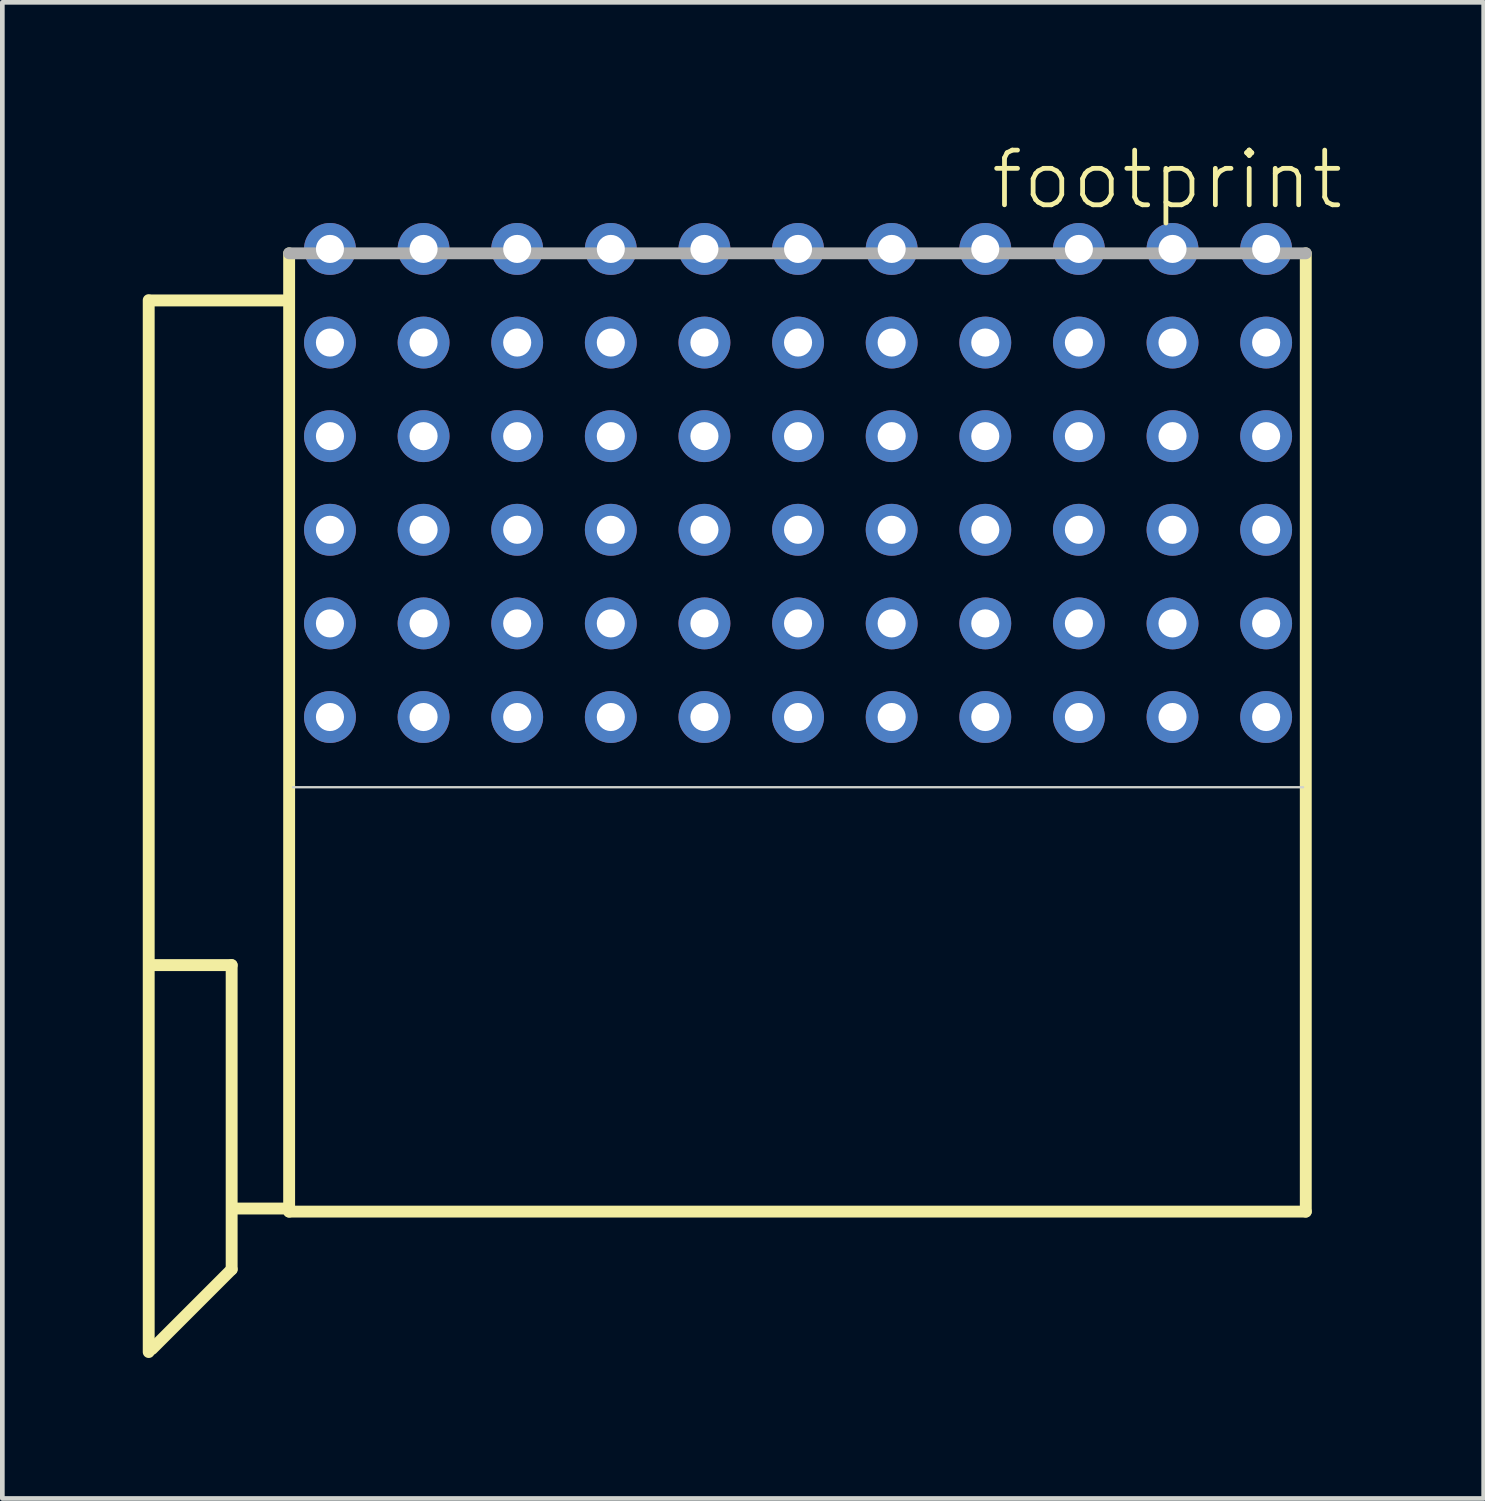
<source format=kicad_pcb>
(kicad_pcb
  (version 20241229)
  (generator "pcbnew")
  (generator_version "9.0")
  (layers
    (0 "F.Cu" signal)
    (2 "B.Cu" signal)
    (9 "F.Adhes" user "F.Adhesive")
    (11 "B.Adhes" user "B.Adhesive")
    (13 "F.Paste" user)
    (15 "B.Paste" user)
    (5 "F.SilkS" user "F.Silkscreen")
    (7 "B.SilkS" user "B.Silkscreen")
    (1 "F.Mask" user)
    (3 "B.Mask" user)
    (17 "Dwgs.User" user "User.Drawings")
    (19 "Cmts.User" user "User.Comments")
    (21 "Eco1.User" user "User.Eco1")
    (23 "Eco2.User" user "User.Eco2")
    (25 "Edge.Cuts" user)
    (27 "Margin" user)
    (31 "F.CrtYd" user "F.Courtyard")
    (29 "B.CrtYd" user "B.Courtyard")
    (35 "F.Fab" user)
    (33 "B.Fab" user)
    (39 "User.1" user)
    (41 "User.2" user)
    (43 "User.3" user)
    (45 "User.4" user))
  (footprint "footprint"
    (layer "F.Cu")
    (at 13.999 13.538)
    (property "Reference" "footprint" (at 4.065 -12.065 0) (layer "F.SilkS") (effects (font (size 1.168 1.168) (thickness 0.102)) (justify left bottom)))
    (fp_line (start -13.872 -10.176) (end -13.872 12.296) (stroke (width 0.254) (type solid)) (layer "F.SilkS"))
    (fp_line (start -13.8 -10.17) (end -11 -10.17) (stroke (width 0.254) (type solid)) (layer "F.SilkS"))
    (fp_line (start -13.8 12.23) (end -12.1 10.53) (stroke (width 0.254) (type solid)) (layer "F.SilkS"))
    (fp_line (start -12.1 4.03) (end -13.8 4.03) (stroke (width 0.254) (type solid)) (layer "F.SilkS"))
    (fp_line (start -12.1 10.53) (end -12.1 4.03) (stroke (width 0.254) (type solid)) (layer "F.SilkS"))
    (fp_line (start -10.9 9.23) (end -12 9.23) (stroke (width 0.254) (type solid)) (layer "F.SilkS"))
    (fp_line (start -10.872 -11.176) (end -10.872 9.296) (stroke (width 0.254) (type solid)) (layer "F.SilkS"))
    (fp_line (start -10.872 9.296) (end 10.847 9.296) (stroke (width 0.254) (type solid)) (layer "F.SilkS"))
    (fp_line (start 10.847 9.296) (end 10.847 -11.176) (stroke (width 0.254) (type solid)) (layer "F.SilkS"))
    (fp_line (start -10.789 0.23) (end 10.789 0.23) (stroke (width 0.051) (type solid)) (layer "Edge.Cuts"))
    (fp_line (start 10.847 -11.176) (end -10.872 -11.176) (stroke (width 0.254) (type solid)) (layer "F.Fab"))
    (pad "A1" thru_hole circle (at 10 -1.27) (size 1.108 1.108) (drill 0.6) (layers "*.Cu" "*.Mask"))
    (pad "A2" thru_hole circle (at 8 -1.27) (size 1.108 1.108) (drill 0.6) (layers "*.Cu" "*.Mask"))
    (pad "A3" thru_hole circle (at 6 -1.27) (size 1.108 1.108) (drill 0.6) (layers "*.Cu" "*.Mask"))
    (pad "A4" thru_hole circle (at 4 -1.27) (size 1.108 1.108) (drill 0.6) (layers "*.Cu" "*.Mask"))
    (pad "A5" thru_hole circle (at 2 -1.27) (size 1.108 1.108) (drill 0.6) (layers "*.Cu" "*.Mask"))
    (pad "A6" thru_hole circle (at 0 -1.27) (size 1.108 1.108) (drill 0.6) (layers "*.Cu" "*.Mask"))
    (pad "A7" thru_hole circle (at -2 -1.27) (size 1.108 1.108) (drill 0.6) (layers "*.Cu" "*.Mask"))
    (pad "A8" thru_hole circle (at -4 -1.27) (size 1.108 1.108) (drill 0.6) (layers "*.Cu" "*.Mask"))
    (pad "A9" thru_hole circle (at -6 -1.27) (size 1.108 1.108) (drill 0.6) (layers "*.Cu" "*.Mask"))
    (pad "A10" thru_hole circle (at -8 -1.27) (size 1.108 1.108) (drill 0.6) (layers "*.Cu" "*.Mask"))
    (pad "A11" thru_hole circle (at -10 -1.27) (size 1.108 1.108) (drill 0.6) (layers "*.Cu" "*.Mask"))
    (pad "B1" thru_hole circle (at 10 -3.27) (size 1.108 1.108) (drill 0.6) (layers "*.Cu" "*.Mask"))
    (pad "B2" thru_hole circle (at 8 -3.27) (size 1.108 1.108) (drill 0.6) (layers "*.Cu" "*.Mask"))
    (pad "B3" thru_hole circle (at 6 -3.27) (size 1.108 1.108) (drill 0.6) (layers "*.Cu" "*.Mask"))
    (pad "B4" thru_hole circle (at 4 -3.27) (size 1.108 1.108) (drill 0.6) (layers "*.Cu" "*.Mask"))
    (pad "B5" thru_hole circle (at 2 -3.27) (size 1.108 1.108) (drill 0.6) (layers "*.Cu" "*.Mask"))
    (pad "B6" thru_hole circle (at 0 -3.27) (size 1.108 1.108) (drill 0.6) (layers "*.Cu" "*.Mask"))
    (pad "B7" thru_hole circle (at -2 -3.27) (size 1.108 1.108) (drill 0.6) (layers "*.Cu" "*.Mask"))
    (pad "B8" thru_hole circle (at -4 -3.27) (size 1.108 1.108) (drill 0.6) (layers "*.Cu" "*.Mask"))
    (pad "B9" thru_hole circle (at -6 -3.27) (size 1.108 1.108) (drill 0.6) (layers "*.Cu" "*.Mask"))
    (pad "B10" thru_hole circle (at -8 -3.27) (size 1.108 1.108) (drill 0.6) (layers "*.Cu" "*.Mask"))
    (pad "B11" thru_hole circle (at -10 -3.27) (size 1.108 1.108) (drill 0.6) (layers "*.Cu" "*.Mask"))
    (pad "C1" thru_hole circle (at 10 -5.27) (size 1.108 1.108) (drill 0.6) (layers "*.Cu" "*.Mask"))
    (pad "C2" thru_hole circle (at 8 -5.27) (size 1.108 1.108) (drill 0.6) (layers "*.Cu" "*.Mask"))
    (pad "C3" thru_hole circle (at 6 -5.27) (size 1.108 1.108) (drill 0.6) (layers "*.Cu" "*.Mask"))
    (pad "C4" thru_hole circle (at 4 -5.27) (size 1.108 1.108) (drill 0.6) (layers "*.Cu" "*.Mask"))
    (pad "C5" thru_hole circle (at 2 -5.27) (size 1.108 1.108) (drill 0.6) (layers "*.Cu" "*.Mask"))
    (pad "C6" thru_hole circle (at 0 -5.27) (size 1.108 1.108) (drill 0.6) (layers "*.Cu" "*.Mask"))
    (pad "C7" thru_hole circle (at -2 -5.27) (size 1.108 1.108) (drill 0.6) (layers "*.Cu" "*.Mask"))
    (pad "C8" thru_hole circle (at -4 -5.27) (size 1.108 1.108) (drill 0.6) (layers "*.Cu" "*.Mask"))
    (pad "C9" thru_hole circle (at -6 -5.27) (size 1.108 1.108) (drill 0.6) (layers "*.Cu" "*.Mask"))
    (pad "C10" thru_hole circle (at -8 -5.27) (size 1.108 1.108) (drill 0.6) (layers "*.Cu" "*.Mask"))
    (pad "C11" thru_hole circle (at -10 -5.27) (size 1.108 1.108) (drill 0.6) (layers "*.Cu" "*.Mask"))
    (pad "D1" thru_hole circle (at 10 -7.27) (size 1.108 1.108) (drill 0.6) (layers "*.Cu" "*.Mask"))
    (pad "D2" thru_hole circle (at 8 -7.27) (size 1.108 1.108) (drill 0.6) (layers "*.Cu" "*.Mask"))
    (pad "D3" thru_hole circle (at 6 -7.27) (size 1.108 1.108) (drill 0.6) (layers "*.Cu" "*.Mask"))
    (pad "D4" thru_hole circle (at 4 -7.27) (size 1.108 1.108) (drill 0.6) (layers "*.Cu" "*.Mask"))
    (pad "D5" thru_hole circle (at 2 -7.27) (size 1.108 1.108) (drill 0.6) (layers "*.Cu" "*.Mask"))
    (pad "D6" thru_hole circle (at 0 -7.27) (size 1.108 1.108) (drill 0.6) (layers "*.Cu" "*.Mask"))
    (pad "D7" thru_hole circle (at -2 -7.27) (size 1.108 1.108) (drill 0.6) (layers "*.Cu" "*.Mask"))
    (pad "D8" thru_hole circle (at -4 -7.27) (size 1.108 1.108) (drill 0.6) (layers "*.Cu" "*.Mask"))
    (pad "D9" thru_hole circle (at -6 -7.27) (size 1.108 1.108) (drill 0.6) (layers "*.Cu" "*.Mask"))
    (pad "D10" thru_hole circle (at -8 -7.27) (size 1.108 1.108) (drill 0.6) (layers "*.Cu" "*.Mask"))
    (pad "D11" thru_hole circle (at -10 -7.27) (size 1.108 1.108) (drill 0.6) (layers "*.Cu" "*.Mask"))
    (pad "E1" thru_hole circle (at 10 -9.27) (size 1.108 1.108) (drill 0.6) (layers "*.Cu" "*.Mask"))
    (pad "E2" thru_hole circle (at 8 -9.27) (size 1.108 1.108) (drill 0.6) (layers "*.Cu" "*.Mask"))
    (pad "E3" thru_hole circle (at 6 -9.27) (size 1.108 1.108) (drill 0.6) (layers "*.Cu" "*.Mask"))
    (pad "E4" thru_hole circle (at 4 -9.27) (size 1.108 1.108) (drill 0.6) (layers "*.Cu" "*.Mask"))
    (pad "E5" thru_hole circle (at 2 -9.27) (size 1.108 1.108) (drill 0.6) (layers "*.Cu" "*.Mask"))
    (pad "E6" thru_hole circle (at 0 -9.27) (size 1.108 1.108) (drill 0.6) (layers "*.Cu" "*.Mask"))
    (pad "E7" thru_hole circle (at -2 -9.27) (size 1.108 1.108) (drill 0.6) (layers "*.Cu" "*.Mask"))
    (pad "E8" thru_hole circle (at -4 -9.27) (size 1.108 1.108) (drill 0.6) (layers "*.Cu" "*.Mask"))
    (pad "E9" thru_hole circle (at -6 -9.27) (size 1.108 1.108) (drill 0.6) (layers "*.Cu" "*.Mask"))
    (pad "E10" thru_hole circle (at -8 -9.27) (size 1.108 1.108) (drill 0.6) (layers "*.Cu" "*.Mask"))
    (pad "E11" thru_hole circle (at -10 -9.27) (size 1.108 1.108) (drill 0.6) (layers "*.Cu" "*.Mask"))
    (pad "F1" thru_hole circle (at 10 -11.27) (size 1.108 1.108) (drill 0.6) (layers "*.Cu" "*.Mask"))
    (pad "F2" thru_hole circle (at 8 -11.27) (size 1.108 1.108) (drill 0.6) (layers "*.Cu" "*.Mask"))
    (pad "F3" thru_hole circle (at 6 -11.27) (size 1.108 1.108) (drill 0.6) (layers "*.Cu" "*.Mask"))
    (pad "F4" thru_hole circle (at 4 -11.27) (size 1.108 1.108) (drill 0.6) (layers "*.Cu" "*.Mask"))
    (pad "F5" thru_hole circle (at 2 -11.27) (size 1.108 1.108) (drill 0.6) (layers "*.Cu" "*.Mask"))
    (pad "F6" thru_hole circle (at 0 -11.27) (size 1.108 1.108) (drill 0.6) (layers "*.Cu" "*.Mask"))
    (pad "F7" thru_hole circle (at -2 -11.27) (size 1.108 1.108) (drill 0.6) (layers "*.Cu" "*.Mask"))
    (pad "F8" thru_hole circle (at -4 -11.27) (size 1.108 1.108) (drill 0.6) (layers "*.Cu" "*.Mask"))
    (pad "F9" thru_hole circle (at -6 -11.27) (size 1.108 1.108) (drill 0.6) (layers "*.Cu" "*.Mask"))
    (pad "F10" thru_hole circle (at -8 -11.27) (size 1.108 1.108) (drill 0.6) (layers "*.Cu" "*.Mask"))
    (pad "F11" thru_hole circle (at -10 -11.27) (size 1.108 1.108) (drill 0.6) (layers "*.Cu" "*.Mask")))
  (gr_rect
    (start -3 -3)
    (end 28.646 28.962)
    (stroke (width 0.1) (type default))
    (fill no)
    (layer "Edge.Cuts")))
</source>
